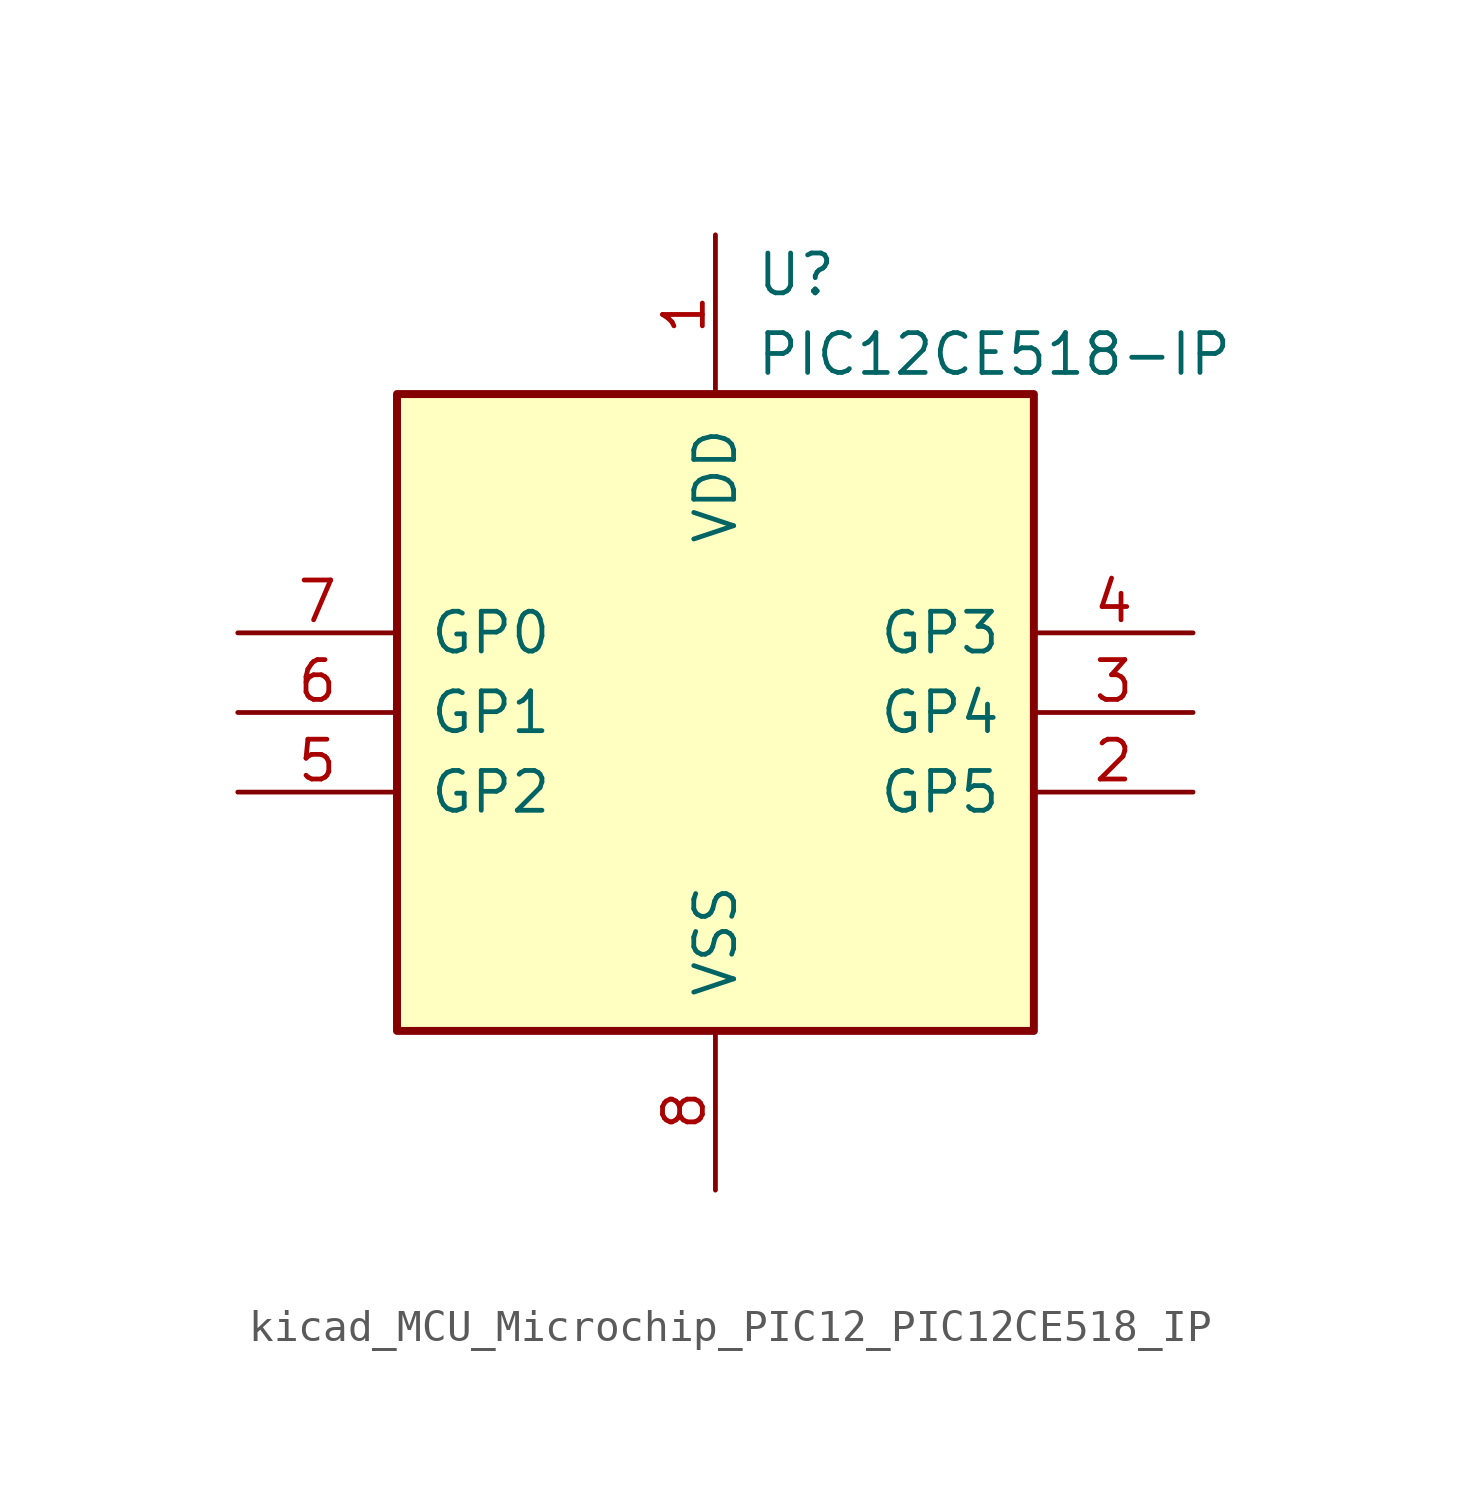
<source format=kicad_sym>
(kicad_symbol_lib
  (version 20220914)
  (generator kicad_symbol_editor)
  (symbol "kicad_MCU_Microchip_PIC12_PIC12CE518_IP"
    (pin_names
      (offset 1.016))
    (property "Reference" "U"
      (at 1.27 13.97 0)
      (effects (font (size 1.27 1.27)) (justify left)))
    (property "Value" "PIC12CE518-IP"
      (at 1.27 11.43 0)
      (effects (font (size 1.27 1.27)) (justify left)))
    (symbol "kicad_MCU_Microchip_PIC12_PIC12CE518_IP_0_1"
      (rectangle (start 10.16 -10.16) (end -10.16 10.16) (stroke (width 0.254) (type default)) (fill (type background))))
    (symbol "kicad_MCU_Microchip_PIC12_PIC12CE518_IP_1_1"
      (pin power_in line (at 0 15.24 270) (length 5.08) (name "VDD" (effects (font (size 1.27 1.27)))) (number "1" (effects (font (size 1.27 1.27)))))
      (pin bidirectional line (at 15.24 -2.54 180) (length 5.08) (name "GP5" (effects (font (size 1.27 1.27)))) (number "2" (effects (font (size 1.27 1.27)))))
      (pin bidirectional line (at 15.24 0 180) (length 5.08) (name "GP4" (effects (font (size 1.27 1.27)))) (number "3" (effects (font (size 1.27 1.27)))))
      (pin input line (at 15.24 2.54 180) (length 5.08) (name "GP3" (effects (font (size 1.27 1.27)))) (number "4" (effects (font (size 1.27 1.27)))))
      (pin bidirectional line (at -15.24 -2.54 0) (length 5.08) (name "GP2" (effects (font (size 1.27 1.27)))) (number "5" (effects (font (size 1.27 1.27)))))
      (pin bidirectional line (at -15.24 0 0) (length 5.08) (name "GP1" (effects (font (size 1.27 1.27)))) (number "6" (effects (font (size 1.27 1.27)))))
      (pin bidirectional line (at -15.24 2.54 0) (length 5.08) (name "GP0" (effects (font (size 1.27 1.27)))) (number "7" (effects (font (size 1.27 1.27)))))
      (pin power_in line (at 0 -15.24 90) (length 5.08) (name "VSS" (effects (font (size 1.27 1.27)))) (number "8" (effects (font (size 1.27 1.27))))))))
</source>
